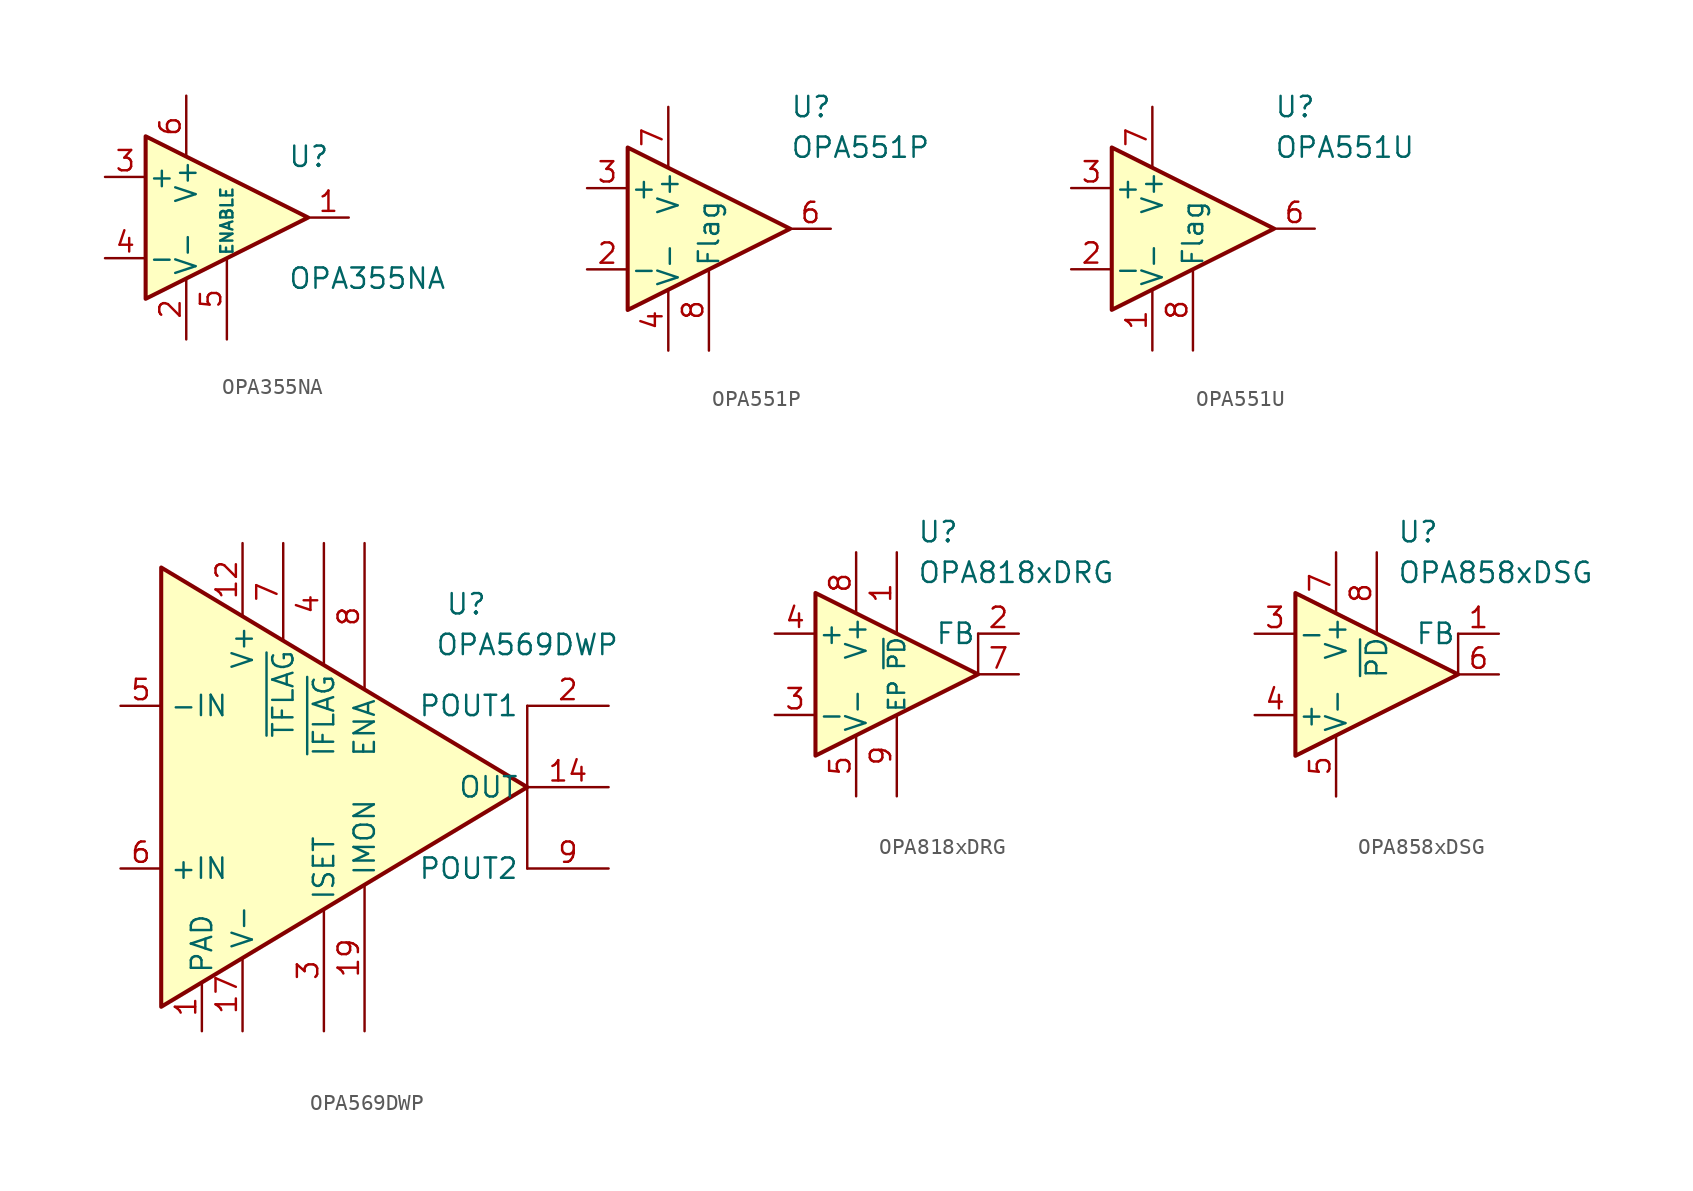
<source format=kicad_sym>
(kicad_symbol_lib
  (version 20201005)
  (generator kicad_symbol_editor)
  (symbol "Amplifier_Operational:OPA355NA"
    (pin_names
      (offset 0.127))
    (property "Reference" "U"
      (at 3.81 3.81 0)
      (effects (font (size 1.27 1.27)) (justify left)))
    (property "Value" "OPA355NA"
      (at 3.81 -3.81 0)
      (effects (font (size 1.27 1.27)) (justify left)))
    (symbol "OPA355NA_0_1"
      (polyline (pts (xy -5.08 5.08) (xy 5.08 0) (xy -5.08 -5.08) (xy -5.08 5.08)) (stroke (width 0.254)) (fill (type background))))
    (symbol "OPA355NA_1_1"
      (pin output line (at 7.62 0 180) (length 2.54) (name "~" (effects (font (size 1.27 1.27)))) (number "1" (effects (font (size 1.27 1.27)))))
      (pin power_in line (at -2.54 -7.62 90) (length 3.81) (name "V-" (effects (font (size 1.27 1.27)))) (number "2" (effects (font (size 1.27 1.27)))))
      (pin input line (at -7.62 2.54 0) (length 2.54) (name "+" (effects (font (size 1.27 1.27)))) (number "3" (effects (font (size 1.27 1.27)))))
      (pin input line (at -7.62 -2.54 0) (length 2.54) (name "-" (effects (font (size 1.27 1.27)))) (number "4" (effects (font (size 1.27 1.27)))))
      (pin input line (at 0 -7.62 90) (length 5.08) (name "ENABLE" (effects (font (size 0.762 0.762)))) (number "5" (effects (font (size 1.27 1.27)))))
      (pin power_in line (at -2.54 7.62 270) (length 3.81) (name "V+" (effects (font (size 1.27 1.27)))) (number "6" (effects (font (size 1.27 1.27)))))))
  (symbol "Amplifier_Operational:OPA551P"
    (pin_names
      (offset 0.127))
    (property "Reference" "U"
      (at 5.08 7.62 0)
      (effects (font (size 1.27 1.27)) (justify left)))
    (property "Value" "OPA551P"
      (at 5.08 5.08 0)
      (effects (font (size 1.27 1.27)) (justify left)))
    (symbol "OPA551P_1_1"
      (polyline (pts (xy -5.08 5.08) (xy 5.08 0) (xy -5.08 -5.08) (xy -5.08 5.08)) (stroke (width 0.254)) (fill (type background)))
      (pin no_connect line (at 0 2.54 270) (length 3.81) hide (name "NC" (effects (font (size 0.508 0.508)))) (number "1" (effects (font (size 1.27 1.27)))))
      (pin input line (at -7.62 -2.54 0) (length 2.54) (name "-" (effects (font (size 1.27 1.27)))) (number "2" (effects (font (size 1.27 1.27)))))
      (pin input line (at -7.62 2.54 0) (length 2.54) (name "+" (effects (font (size 1.27 1.27)))) (number "3" (effects (font (size 1.27 1.27)))))
      (pin power_in line (at -2.54 -7.62 90) (length 3.81) (name "V-" (effects (font (size 1.27 1.27)))) (number "4" (effects (font (size 1.27 1.27)))))
      (pin no_connect line (at 0 -2.54 90) (length 3.81) hide (name "NC" (effects (font (size 0.508 0.508)))) (number "5" (effects (font (size 1.27 1.27)))))
      (pin output line (at 7.62 0 180) (length 2.54) (name "~" (effects (font (size 1.27 1.27)))) (number "6" (effects (font (size 1.27 1.27)))))
      (pin power_in line (at -2.54 7.62 270) (length 3.81) (name "V+" (effects (font (size 1.27 1.27)))) (number "7" (effects (font (size 1.27 1.27)))))
      (pin output line (at 0 -7.62 90) (length 5.08) (name "Flag" (effects (font (size 1.27 1.27)))) (number "8" (effects (font (size 1.27 1.27)))))))
  (symbol "Amplifier_Operational:OPA551U"
    (pin_names
      (offset 0.127))
    (property "Reference" "U"
      (at 5.08 7.62 0)
      (effects (font (size 1.27 1.27)) (justify left)))
    (property "Value" "OPA551U"
      (at 5.08 5.08 0)
      (effects (font (size 1.27 1.27)) (justify left)))
    (symbol "OPA551U_1_1"
      (polyline (pts (xy -5.08 5.08) (xy 5.08 0) (xy -5.08 -5.08) (xy -5.08 5.08)) (stroke (width 0.254)) (fill (type background)))
      (pin power_in line (at -2.54 -7.62 90) (length 3.81) (name "V-" (effects (font (size 1.27 1.27)))) (number "1" (effects (font (size 1.27 1.27)))))
      (pin input line (at -7.62 -2.54 0) (length 2.54) (name "-" (effects (font (size 1.27 1.27)))) (number "2" (effects (font (size 1.27 1.27)))))
      (pin input line (at -7.62 2.54 0) (length 2.54) (name "+" (effects (font (size 1.27 1.27)))) (number "3" (effects (font (size 1.27 1.27)))))
      (pin power_in line (at -2.54 -7.62 90) (length 3.81) hide (name "V-" (effects (font (size 1.27 1.27)))) (number "4" (effects (font (size 1.27 1.27)))))
      (pin power_in line (at -2.54 -7.62 90) (length 3.81) hide (name "V-" (effects (font (size 1.27 1.27)))) (number "5" (effects (font (size 1.27 1.27)))))
      (pin output line (at 7.62 0 180) (length 2.54) (name "~" (effects (font (size 1.27 1.27)))) (number "6" (effects (font (size 1.27 1.27)))))
      (pin power_in line (at -2.54 7.62 270) (length 3.81) (name "V+" (effects (font (size 1.27 1.27)))) (number "7" (effects (font (size 1.27 1.27)))))
      (pin output line (at 0 -7.62 90) (length 5.08) (name "Flag" (effects (font (size 1.27 1.27)))) (number "8" (effects (font (size 1.27 1.27)))))))
  (symbol "Amplifier_Operational:OPA569DWP"
    (property "Reference" "U"
      (at 6.35 11.43 0)
      (effects (font (size 1.27 1.27))))
    (property "Value" "OPA569DWP"
      (at 10.16 8.89 0)
      (effects (font (size 1.27 1.27))))
    (symbol "OPA569DWP_0_0"
      (pin no_connect line (at -12.7 0 0) (length 2.54) hide (name "NC" (effects (font (size 1.27 1.27)))) (number "16" (effects (font (size 1.27 1.27)))))
      (pin passive line (at -10.16 -15.24 90) (length 3.048) hide (name "PAD" (effects (font (size 1.27 1.27)))) (number "21" (effects (font (size 1.27 1.27))))))
    (symbol "OPA569DWP_0_1"
      (polyline (pts (xy 10.16 5.08) (xy 10.16 -5.08)) (stroke (width 0.152)) (fill (type none)))
      (polyline (pts (xy 10.16 0) (xy -12.7 -13.716) (xy -12.7 13.716) (xy 10.16 0)) (stroke (width 0.254)) (fill (type background))))
    (symbol "OPA569DWP_1_1"
      (pin power_in line (at -10.16 -15.24 90) (length 3.048) (name "PAD" (effects (font (size 1.27 1.27)))) (number "1" (effects (font (size 1.27 1.27)))))
      (pin passive line (at -10.16 -15.24 90) (length 3.048) hide (name "PAD" (effects (font (size 1.27 1.27)))) (number "10" (effects (font (size 1.27 1.27)))))
      (pin passive line (at -10.16 -15.24 90) (length 3.048) hide (name "PAD" (effects (font (size 1.27 1.27)))) (number "11" (effects (font (size 1.27 1.27)))))
      (pin power_in line (at -7.62 15.24 270) (length 4.572) (name "V+" (effects (font (size 1.27 1.27)))) (number "12" (effects (font (size 1.27 1.27)))))
      (pin passive line (at -7.62 15.24 270) (length 4.572) hide (name "V+" (effects (font (size 1.27 1.27)))) (number "13" (effects (font (size 1.27 1.27)))))
      (pin output line (at 15.24 0 180) (length 5.08) (name "OUT" (effects (font (size 1.27 1.27)))) (number "14" (effects (font (size 1.27 1.27)))))
      (pin passive line (at 15.24 0 180) (length 5.08) hide (name "OUT" (effects (font (size 1.27 1.27)))) (number "15" (effects (font (size 1.27 1.27)))))
      (pin power_in line (at -7.62 -15.24 90) (length 4.572) (name "V-" (effects (font (size 1.27 1.27)))) (number "17" (effects (font (size 1.27 1.27)))))
      (pin passive line (at -7.62 -15.24 90) (length 4.572) hide (name "V-" (effects (font (size 1.27 1.27)))) (number "18" (effects (font (size 1.27 1.27)))))
      (pin output line (at 0 -15.24 90) (length 9.144) (name "IMON" (effects (font (size 1.27 1.27)))) (number "19" (effects (font (size 1.27 1.27)))))
      (pin output line (at 15.24 5.08 180) (length 5.08) (name "POUT1" (effects (font (size 1.27 1.27)))) (number "2" (effects (font (size 1.27 1.27)))))
      (pin passive line (at -10.16 -15.24 90) (length 3.048) hide (name "PAD" (effects (font (size 1.27 1.27)))) (number "20" (effects (font (size 1.27 1.27)))))
      (pin output line (at -2.54 -15.24 90) (length 7.62) (name "ISET" (effects (font (size 1.27 1.27)))) (number "3" (effects (font (size 1.27 1.27)))))
      (pin output line (at -2.54 15.24 270) (length 7.62) (name "~IFLAG" (effects (font (size 1.27 1.27)))) (number "4" (effects (font (size 1.27 1.27)))))
      (pin input line (at -15.24 5.08 0) (length 2.54) (name "-IN" (effects (font (size 1.27 1.27)))) (number "5" (effects (font (size 1.27 1.27)))))
      (pin input line (at -15.24 -5.08 0) (length 2.54) (name "+IN" (effects (font (size 1.27 1.27)))) (number "6" (effects (font (size 1.27 1.27)))))
      (pin output line (at -5.08 15.24 270) (length 6.096) (name "~TFLAG" (effects (font (size 1.27 1.27)))) (number "7" (effects (font (size 1.27 1.27)))))
      (pin input line (at 0 15.24 270) (length 9.144) (name "ENA" (effects (font (size 1.27 1.27)))) (number "8" (effects (font (size 1.27 1.27)))))
      (pin output line (at 15.24 -5.08 180) (length 5.08) (name "POUT2" (effects (font (size 1.27 1.27)))) (number "9" (effects (font (size 1.27 1.27)))))))
  (symbol "Amplifier_Operational:OPA818xDRG"
    (pin_names
      (offset 0.127))
    (property "Reference" "U"
      (at 1.27 8.89 0)
      (effects (font (size 1.27 1.27)) (justify left)))
    (property "Value" "OPA818xDRG"
      (at 1.27 6.35 0)
      (effects (font (size 1.27 1.27)) (justify left)))
    (symbol "OPA818xDRG_0_0"
      (pin input line (at 0 7.62 270) (length 5.08) (name "~PD" (effects (font (size 1.016 1.016)))) (number "1" (effects (font (size 1.27 1.27)))))
      (pin power_in line (at -2.54 7.62 270) (length 3.81) (name "V+" (effects (font (size 1.27 1.27)))) (number "8" (effects (font (size 1.27 1.27)))))
      (pin passive line (at 0 -7.62 90) (length 5.08) (name "EP" (effects (font (size 1.016 1.016)))) (number "9" (effects (font (size 1.27 1.27))))))
    (symbol "OPA818xDRG_0_1"
      (polyline (pts (xy 5.08 0) (xy 5.08 2.54)) (stroke (width 0.152)) (fill (type none)))
      (polyline (pts (xy -5.08 5.08) (xy 5.08 0) (xy -5.08 -5.08) (xy -5.08 5.08)) (stroke (width 0.254)) (fill (type background)))
      (pin no_connect line (at -5.08 -5.08 90) (length 3.81) hide (name "NC" (effects (font (size 1.27 1.27)))) (number "6" (effects (font (size 1.27 1.27)))))
      (pin output line (at 7.62 0 180) (length 2.54) (name "~" (effects (font (size 1.27 1.27)))) (number "7" (effects (font (size 1.27 1.27))))))
    (symbol "OPA818xDRG_1_1"
      (pin output line (at 7.62 2.54 180) (length 2.54) (name "FB" (effects (font (size 1.27 1.27)))) (number "2" (effects (font (size 1.27 1.27)))))
      (pin input line (at -7.62 -2.54 0) (length 2.54) (name "-" (effects (font (size 1.27 1.27)))) (number "3" (effects (font (size 1.27 1.27)))))
      (pin input line (at -7.62 2.54 0) (length 2.54) (name "+" (effects (font (size 1.27 1.27)))) (number "4" (effects (font (size 1.27 1.27)))))
      (pin power_in line (at -2.54 -7.62 90) (length 3.81) (name "V-" (effects (font (size 1.27 1.27)))) (number "5" (effects (font (size 1.27 1.27)))))))
  (symbol "Amplifier_Operational:OPA858xDSG"
    (pin_names
      (offset 0.127))
    (property "Reference" "U"
      (at 1.27 8.89 0)
      (effects (font (size 1.27 1.27)) (justify left)))
    (property "Value" "OPA858xDSG"
      (at 1.27 6.35 0)
      (effects (font (size 1.27 1.27)) (justify left)))
    (symbol "OPA858xDSG_0_0"
      (pin power_in line (at -2.54 7.62 270) (length 3.81) (name "V+" (effects (font (size 1.27 1.27)))) (number "7" (effects (font (size 1.27 1.27)))))
      (pin input line (at 0 7.62 270) (length 5.08) (name "~PD" (effects (font (size 1.27 1.27)))) (number "8" (effects (font (size 1.27 1.27)))))
      (pin passive line (at -2.54 -7.62 90) (length 3.81) hide (name "V-" (effects (font (size 1.27 1.27)))) (number "9" (effects (font (size 1.27 1.27))))))
    (symbol "OPA858xDSG_0_1"
      (polyline (pts (xy 5.08 0) (xy 5.08 2.54)) (stroke (width 0.152)) (fill (type none)))
      (polyline (pts (xy -5.08 5.08) (xy 5.08 0) (xy -5.08 -5.08) (xy -5.08 5.08)) (stroke (width 0.254)) (fill (type background)))
      (pin no_connect line (at -5.08 -5.08 90) (length 3.81) hide (name "NC" (effects (font (size 1.27 1.27)))) (number "2" (effects (font (size 1.27 1.27)))))
      (pin output line (at 7.62 0 180) (length 2.54) (name "~" (effects (font (size 1.27 1.27)))) (number "6" (effects (font (size 1.27 1.27))))))
    (symbol "OPA858xDSG_1_1"
      (pin output line (at 7.62 2.54 180) (length 2.54) (name "FB" (effects (font (size 1.27 1.27)))) (number "1" (effects (font (size 1.27 1.27)))))
      (pin input line (at -7.62 2.54 0) (length 2.54) (name "-" (effects (font (size 1.27 1.27)))) (number "3" (effects (font (size 1.27 1.27)))))
      (pin input line (at -7.62 -2.54 0) (length 2.54) (name "+" (effects (font (size 1.27 1.27)))) (number "4" (effects (font (size 1.27 1.27)))))
      (pin power_in line (at -2.54 -7.62 90) (length 3.81) (name "V-" (effects (font (size 1.27 1.27)))) (number "5" (effects (font (size 1.27 1.27))))))))
</source>
